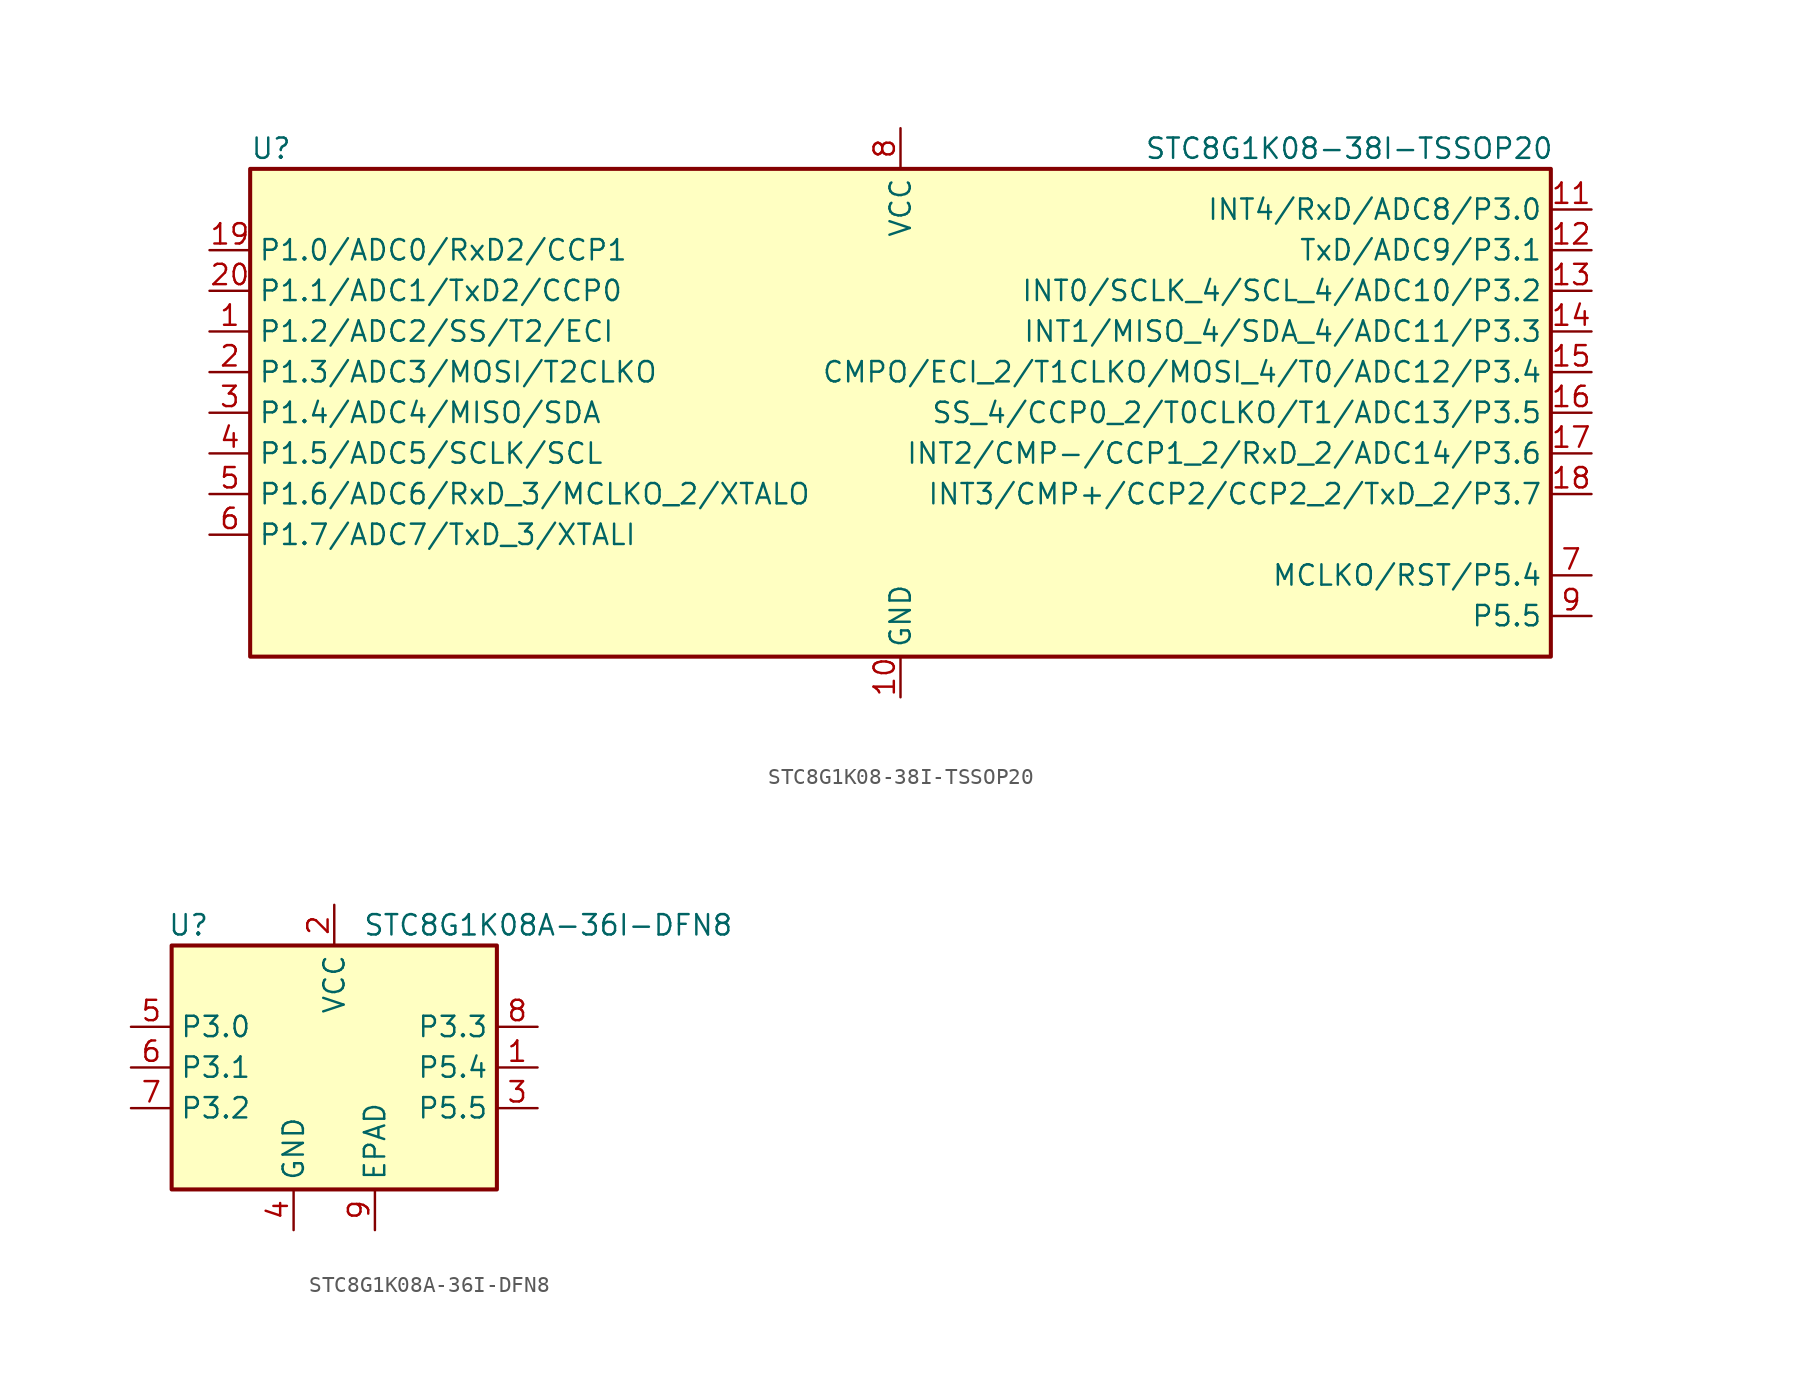
<source format=kicad_sym>
(kicad_symbol_lib
  (version 20241209)
  (generator "kicad_symbol_editor")
  (generator_version "9.0")
  (symbol "STC8G1K08-38I-TSSOP20"
    (property "Reference" "U"
      (at -40.64 16.51 0)
      (effects (font (size 1.27 1.27)) (justify left)))
    (property "Value" "STC8G1K08-38I-TSSOP20"
      (at 15.24 16.51 0)
      (effects (font (size 1.27 1.27)) (justify left)))
    (symbol "STC8G1K08-38I-TSSOP20_0_1"
      (rectangle (start -40.64 15.24) (end 40.64 -15.24) (stroke (width 0.254) (type default)) (fill (type background))))
    (symbol "STC8G1K08-38I-TSSOP20_1_1"
      (pin bidirectional line (at -43.18 10.16 0) (length 2.54) (name "P1.0/ADC0/RxD2/CCP1" (effects (font (size 1.27 1.27)))) (number "19" (effects (font (size 1.27 1.27)))))
      (pin bidirectional line (at -43.18 7.62 0) (length 2.54) (name "P1.1/ADC1/TxD2/CCP0" (effects (font (size 1.27 1.27)))) (number "20" (effects (font (size 1.27 1.27)))))
      (pin bidirectional line (at -43.18 5.08 0) (length 2.54) (name "P1.2/ADC2/SS/T2/ECI" (effects (font (size 1.27 1.27)))) (number "1" (effects (font (size 1.27 1.27)))))
      (pin bidirectional line (at -43.18 2.54 0) (length 2.54) (name "P1.3/ADC3/MOSI/T2CLKO" (effects (font (size 1.27 1.27)))) (number "2" (effects (font (size 1.27 1.27)))))
      (pin bidirectional line (at -43.18 0 0) (length 2.54) (name "P1.4/ADC4/MISO/SDA" (effects (font (size 1.27 1.27)))) (number "3" (effects (font (size 1.27 1.27)))))
      (pin bidirectional line (at -43.18 -2.54 0) (length 2.54) (name "P1.5/ADC5/SCLK/SCL" (effects (font (size 1.27 1.27)))) (number "4" (effects (font (size 1.27 1.27)))))
      (pin bidirectional line (at -43.18 -5.08 0) (length 2.54) (name "P1.6/ADC6/RxD_3/MCLKO_2/XTALO" (effects (font (size 1.27 1.27)))) (number "5" (effects (font (size 1.27 1.27)))))
      (pin bidirectional line (at -43.18 -7.62 0) (length 2.54) (name "P1.7/ADC7/TxD_3/XTALI" (effects (font (size 1.27 1.27)))) (number "6" (effects (font (size 1.27 1.27)))))
      (pin power_in line (at 0 17.78 270) (length 2.54) (name "VCC" (effects (font (size 1.27 1.27)))) (number "8" (effects (font (size 1.27 1.27)))))
      (pin power_in line (at 0 -17.78 90) (length 2.54) (name "GND" (effects (font (size 1.27 1.27)))) (number "10" (effects (font (size 1.27 1.27)))))
      (pin bidirectional line (at 43.18 12.7 180) (length 2.54) (name "INT4/RxD/ADC8/P3.0" (effects (font (size 1.27 1.27)))) (number "11" (effects (font (size 1.27 1.27)))))
      (pin bidirectional line (at 43.18 10.16 180) (length 2.54) (name "TxD/ADC9/P3.1" (effects (font (size 1.27 1.27)))) (number "12" (effects (font (size 1.27 1.27)))))
      (pin bidirectional line (at 43.18 7.62 180) (length 2.54) (name "INT0/SCLK_4/SCL_4/ADC10/P3.2" (effects (font (size 1.27 1.27)))) (number "13" (effects (font (size 1.27 1.27)))))
      (pin bidirectional line (at 43.18 5.08 180) (length 2.54) (name "INT1/MISO_4/SDA_4/ADC11/P3.3" (effects (font (size 1.27 1.27)))) (number "14" (effects (font (size 1.27 1.27)))))
      (pin bidirectional line (at 43.18 2.54 180) (length 2.54) (name "CMPO/ECI_2/T1CLKO/MOSI_4/T0/ADC12/P3.4" (effects (font (size 1.27 1.27)))) (number "15" (effects (font (size 1.27 1.27)))))
      (pin bidirectional line (at 43.18 0 180) (length 2.54) (name "SS_4/CCP0_2/T0CLKO/T1/ADC13/P3.5" (effects (font (size 1.27 1.27)))) (number "16" (effects (font (size 1.27 1.27)))))
      (pin bidirectional line (at 43.18 -2.54 180) (length 2.54) (name "INT2/CMP-/CCP1_2/RxD_2/ADC14/P3.6" (effects (font (size 1.27 1.27)))) (number "17" (effects (font (size 1.27 1.27)))))
      (pin bidirectional line (at 43.18 -5.08 180) (length 2.54) (name "INT3/CMP+/CCP2/CCP2_2/TxD_2/P3.7" (effects (font (size 1.27 1.27)))) (number "18" (effects (font (size 1.27 1.27)))))
      (pin bidirectional line (at 43.18 -10.16 180) (length 2.54) (name "MCLKO/RST/P5.4" (effects (font (size 1.27 1.27)))) (number "7" (effects (font (size 1.27 1.27)))))
      (pin bidirectional line (at 43.18 -12.7 180) (length 2.54) (name "P5.5" (effects (font (size 1.27 1.27)))) (number "9" (effects (font (size 1.27 1.27)))))))
  (symbol "STC8G1K08A-36I-DFN8"
    (property "Reference" "U"
      (at -10.414 8.89 0)
      (effects (font (size 1.27 1.27)) (justify left)))
    (property "Value" "STC8G1K08A-36I-DFN8"
      (at 1.778 8.89 0)
      (effects (font (size 1.27 1.27)) (justify left)))
    (symbol "STC8G1K08A-36I-DFN8_0_1"
      (rectangle (start -10.16 7.62) (end 10.16 -7.62) (stroke (width 0.254) (type default)) (fill (type background))))
    (symbol "STC8G1K08A-36I-DFN8_1_0"
      (pin passive line (at 2.54 -10.16 90) (length 2.54) (name "EPAD" (effects (font (size 1.27 1.27)))) (number "9" (effects (font (size 1.27 1.27))))))
    (symbol "STC8G1K08A-36I-DFN8_1_1"
      (pin bidirectional line (at -12.7 2.54 0) (length 2.54) (name "P3.0" (effects (font (size 1.27 1.27)))) (number "5" (effects (font (size 1.27 1.27)))) (alternate "ADC0" input line) (alternate "INT4" input line) (alternate "RxD" input line))
      (pin bidirectional line (at -12.7 0 0) (length 2.54) (name "P3.1" (effects (font (size 1.27 1.27)))) (number "6" (effects (font (size 1.27 1.27)))) (alternate "ADC1" input line) (alternate "CCP0_{2]" bidirectional line) (alternate "ECI_{3}" input line) (alternate "TxD" output line))
      (pin bidirectional line (at -12.7 -2.54 0) (length 2.54) (name "P3.2" (effects (font (size 1.27 1.27)))) (number "7" (effects (font (size 1.27 1.27)))) (alternate "ADC2" input line) (alternate "CCP0" bidirectional line) (alternate "CCP0_{3}" bidirectional line) (alternate "INT0" input line) (alternate "RxD_{2}" input line) (alternate "SCL" bidirectional line) (alternate "SCLK" bidirectional line))
      (pin power_in line (at -2.54 -10.16 90) (length 2.54) (name "GND" (effects (font (size 1.27 1.27)))) (number "4" (effects (font (size 1.27 1.27)))))
      (pin power_in line (at 0 10.16 270) (length 2.54) (name "VCC" (effects (font (size 1.27 1.27)))) (number "2" (effects (font (size 1.27 1.27)))))
      (pin bidirectional line (at 12.7 2.54 180) (length 2.54) (name "P3.3" (effects (font (size 1.27 1.27)))) (number "8" (effects (font (size 1.27 1.27)))) (alternate "ADC3" input line) (alternate "CCP1" bidirectional line) (alternate "CCP1_{2}" bidirectional line) (alternate "CCP1_{3}" bidirectional line) (alternate "INT1" input line) (alternate "MISO" bidirectional line) (alternate "SDA" bidirectional line) (alternate "TxD_{2}" output line))
      (pin bidirectional line (at 12.7 0 180) (length 2.54) (name "P5.4" (effects (font (size 1.27 1.27)))) (number "1" (effects (font (size 1.27 1.27)))) (alternate "ADC4" input line) (alternate "CCP2" bidirectional line) (alternate "CCP2_{2}" bidirectional line) (alternate "INT2" input line) (alternate "MCLKO" output line) (alternate "MOSI" bidirectional line) (alternate "RxD_{3}" input line) (alternate "SCL_{2}" bidirectional line) (alternate "T0" input line) (alternate "~{RST}" input line))
      (pin bidirectional line (at 12.7 -2.54 180) (length 2.54) (name "P5.5" (effects (font (size 1.27 1.27)))) (number "3" (effects (font (size 1.27 1.27)))) (alternate "ADC5" input line) (alternate "CCP2_{3}" bidirectional line) (alternate "ECI" input line) (alternate "ECI_{2}" input line) (alternate "INT3" input line) (alternate "SDA_{2}" bidirectional line) (alternate "SS" bidirectional line) (alternate "T0CLKO" output line) (alternate "T1" input line) (alternate "TxD_{3}" output line)))))
</source>
